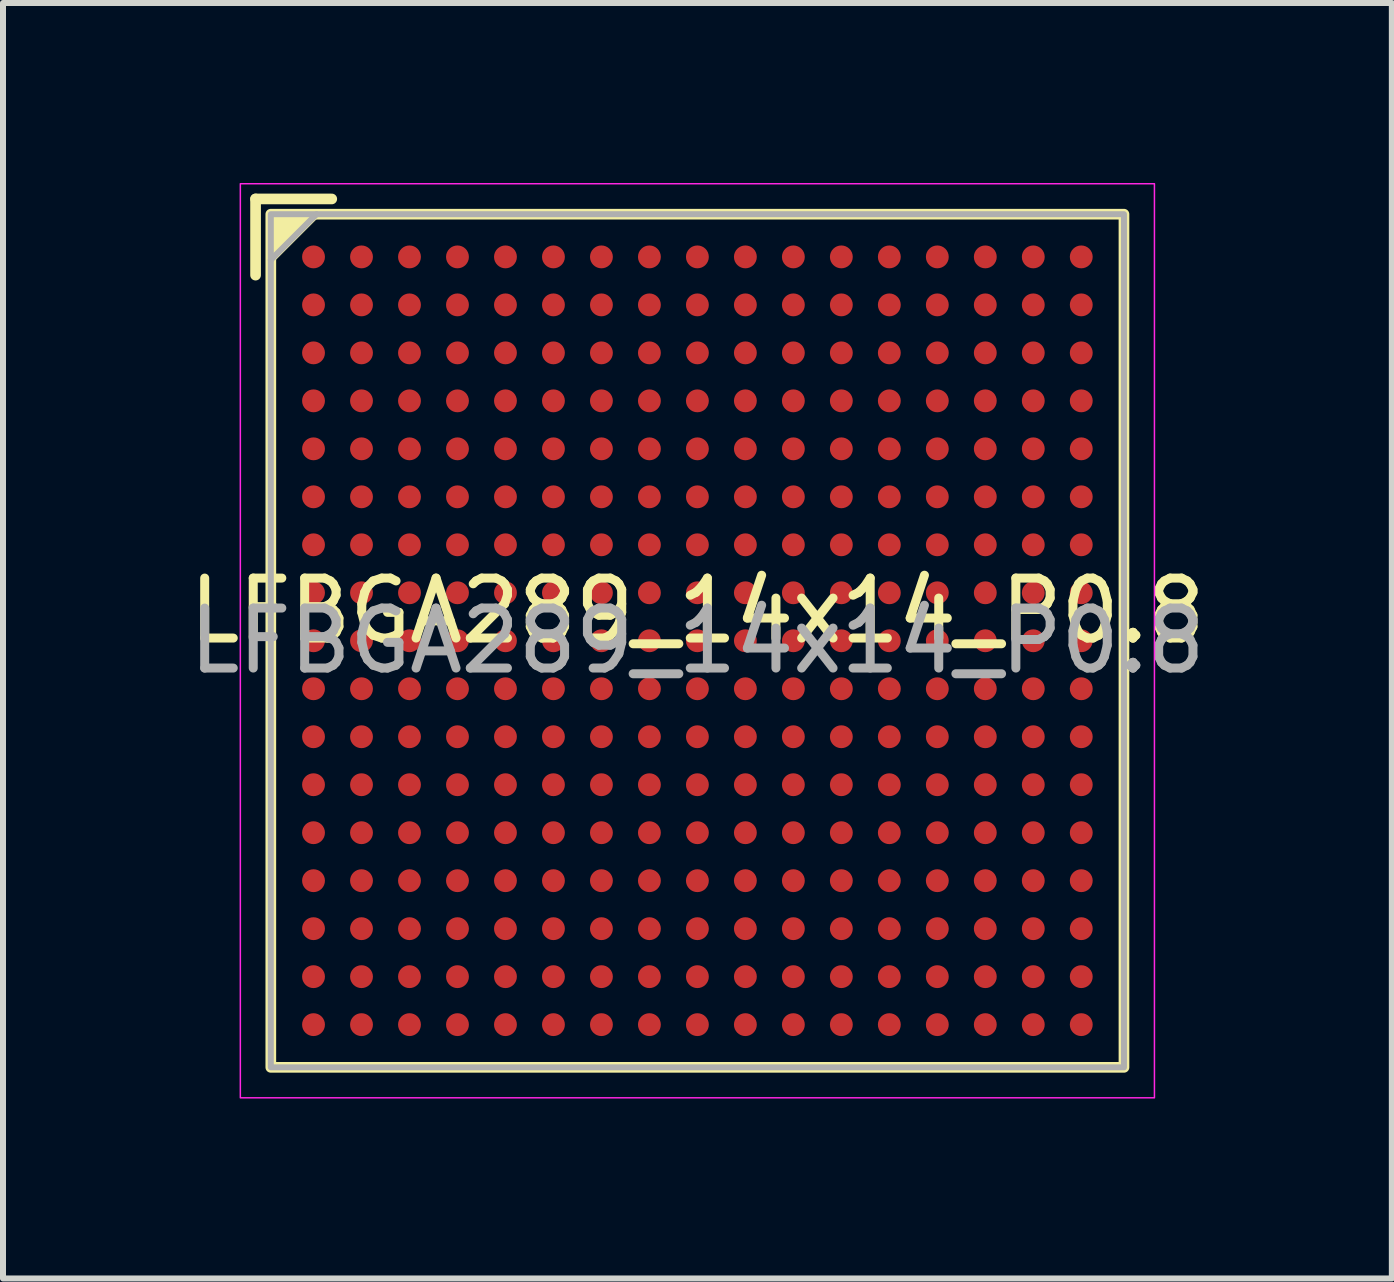
<source format=kicad_pcb>
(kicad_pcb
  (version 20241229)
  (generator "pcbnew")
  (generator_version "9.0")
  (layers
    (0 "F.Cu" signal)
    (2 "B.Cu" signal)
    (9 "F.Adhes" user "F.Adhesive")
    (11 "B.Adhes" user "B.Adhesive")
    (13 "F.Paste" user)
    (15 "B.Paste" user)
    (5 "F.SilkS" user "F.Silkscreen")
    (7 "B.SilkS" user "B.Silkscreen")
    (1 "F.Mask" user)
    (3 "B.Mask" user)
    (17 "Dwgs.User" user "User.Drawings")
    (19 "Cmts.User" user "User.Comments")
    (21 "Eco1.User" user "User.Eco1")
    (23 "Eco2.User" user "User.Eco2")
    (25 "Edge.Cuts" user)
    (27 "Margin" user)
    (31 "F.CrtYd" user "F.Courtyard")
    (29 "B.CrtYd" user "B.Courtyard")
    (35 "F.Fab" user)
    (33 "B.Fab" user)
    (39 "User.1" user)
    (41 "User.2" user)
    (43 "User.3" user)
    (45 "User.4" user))
  (footprint "LFBGA289_14x14_P0.8"
    (layer "F.Cu")
    (at 8.577 7.633)
    (property "Reference" "LFBGA289_14x14_P0.8" (at 0 -0.5 0) (unlocked yes) (layer "F.SilkS") (effects (font (size 1 1) (thickness 0.15))))
    (fp_line (start -7.366 -6.096) (end -7.366 -7.366) (stroke (width 0.178) (type solid)) (layer "F.SilkS"))
    (fp_line (start -6.096 -7.366) (end -7.366 -7.366) (stroke (width 0.178) (type solid)) (layer "F.SilkS"))
    (fp_rect (start -7.112 -7.112) (end 7.112 7.112) (stroke (width 0.178) (type solid)) (fill no) (layer "F.SilkS"))
    (fp_poly (pts (xy -7.112 -6.35) (xy -7.112 -7.112) (xy -6.35 -7.112)) (stroke (width 0.12) (type solid)) (fill yes) (layer "F.SilkS"))
    (fp_rect (start -7.62 -7.62) (end 7.62 7.62) (stroke (width 0.025) (type solid)) (fill no) (layer "F.CrtYd"))
    (fp_line (start -7.112 -6.35) (end -6.35 -7.112) (stroke (width 0.1) (type solid)) (layer "F.Fab"))
    (fp_rect (start -7.112 -7.112) (end 7.112 7.112) (stroke (width 0.1) (type solid)) (fill no) (layer "F.Fab"))
    (fp_text user "${REFERENCE}" (at 0 0 0) (unlocked yes) (layer "F.Fab") (effects (font (size 1 1) (thickness 0.15))))
    (pad "A1" smd circle (at -6.4 -6.4) (size 0.381 0.381) (layers "F.Cu" "F.Mask" "F.Paste"))
    (pad "A2" smd circle (at -5.6 -6.4) (size 0.381 0.381) (layers "F.Cu" "F.Mask" "F.Paste"))
    (pad "A3" smd circle (at -4.8 -6.4) (size 0.381 0.381) (layers "F.Cu" "F.Mask" "F.Paste"))
    (pad "A4" smd circle (at -4 -6.4) (size 0.381 0.381) (layers "F.Cu" "F.Mask" "F.Paste"))
    (pad "A5" smd circle (at -3.2 -6.4) (size 0.381 0.381) (layers "F.Cu" "F.Mask" "F.Paste"))
    (pad "A6" smd circle (at -2.4 -6.4) (size 0.381 0.381) (layers "F.Cu" "F.Mask" "F.Paste"))
    (pad "A7" smd circle (at -1.6 -6.4) (size 0.381 0.381) (layers "F.Cu" "F.Mask" "F.Paste"))
    (pad "A8" smd circle (at -0.8 -6.4) (size 0.381 0.381) (layers "F.Cu" "F.Mask" "F.Paste"))
    (pad "A9" smd circle (at 0 -6.4) (size 0.381 0.381) (layers "F.Cu" "F.Mask" "F.Paste"))
    (pad "A10" smd circle (at 0.8 -6.4) (size 0.381 0.381) (layers "F.Cu" "F.Mask" "F.Paste"))
    (pad "A11" smd circle (at 1.6 -6.4) (size 0.381 0.381) (layers "F.Cu" "F.Mask" "F.Paste"))
    (pad "A12" smd circle (at 2.4 -6.4) (size 0.381 0.381) (layers "F.Cu" "F.Mask" "F.Paste"))
    (pad "A13" smd circle (at 3.2 -6.4) (size 0.381 0.381) (layers "F.Cu" "F.Mask" "F.Paste"))
    (pad "A14" smd circle (at 4 -6.4) (size 0.381 0.381) (layers "F.Cu" "F.Mask" "F.Paste"))
    (pad "A15" smd circle (at 4.8 -6.4) (size 0.381 0.381) (layers "F.Cu" "F.Mask" "F.Paste"))
    (pad "A16" smd circle (at 5.6 -6.4) (size 0.381 0.381) (layers "F.Cu" "F.Mask" "F.Paste"))
    (pad "A17" smd circle (at 6.4 -6.4) (size 0.381 0.381) (layers "F.Cu" "F.Mask" "F.Paste"))
    (pad "B1" smd circle (at -6.4 -5.6) (size 0.381 0.381) (layers "F.Cu" "F.Mask" "F.Paste"))
    (pad "B2" smd circle (at -5.6 -5.6) (size 0.381 0.381) (layers "F.Cu" "F.Mask" "F.Paste"))
    (pad "B3" smd circle (at -4.8 -5.6) (size 0.381 0.381) (layers "F.Cu" "F.Mask" "F.Paste"))
    (pad "B4" smd circle (at -4 -5.6) (size 0.381 0.381) (layers "F.Cu" "F.Mask" "F.Paste"))
    (pad "B5" smd circle (at -3.2 -5.6) (size 0.381 0.381) (layers "F.Cu" "F.Mask" "F.Paste"))
    (pad "B6" smd circle (at -2.4 -5.6) (size 0.381 0.381) (layers "F.Cu" "F.Mask" "F.Paste"))
    (pad "B7" smd circle (at -1.6 -5.6) (size 0.381 0.381) (layers "F.Cu" "F.Mask" "F.Paste"))
    (pad "B8" smd circle (at -0.8 -5.6) (size 0.381 0.381) (layers "F.Cu" "F.Mask" "F.Paste"))
    (pad "B9" smd circle (at 0 -5.6) (size 0.381 0.381) (layers "F.Cu" "F.Mask" "F.Paste"))
    (pad "B10" smd circle (at 0.8 -5.6) (size 0.381 0.381) (layers "F.Cu" "F.Mask" "F.Paste"))
    (pad "B11" smd circle (at 1.6 -5.6) (size 0.381 0.381) (layers "F.Cu" "F.Mask" "F.Paste"))
    (pad "B12" smd circle (at 2.4 -5.6) (size 0.381 0.381) (layers "F.Cu" "F.Mask" "F.Paste"))
    (pad "B13" smd circle (at 3.2 -5.6) (size 0.381 0.381) (layers "F.Cu" "F.Mask" "F.Paste"))
    (pad "B14" smd circle (at 4 -5.6) (size 0.381 0.381) (layers "F.Cu" "F.Mask" "F.Paste"))
    (pad "B15" smd circle (at 4.8 -5.6) (size 0.381 0.381) (layers "F.Cu" "F.Mask" "F.Paste"))
    (pad "B16" smd circle (at 5.6 -5.6) (size 0.381 0.381) (layers "F.Cu" "F.Mask" "F.Paste"))
    (pad "B17" smd circle (at 6.4 -5.6) (size 0.381 0.381) (layers "F.Cu" "F.Mask" "F.Paste"))
    (pad "C1" smd circle (at -6.4 -4.8) (size 0.381 0.381) (layers "F.Cu" "F.Mask" "F.Paste"))
    (pad "C2" smd circle (at -5.6 -4.8) (size 0.381 0.381) (layers "F.Cu" "F.Mask" "F.Paste"))
    (pad "C3" smd circle (at -4.8 -4.8) (size 0.381 0.381) (layers "F.Cu" "F.Mask" "F.Paste"))
    (pad "C4" smd circle (at -4 -4.8) (size 0.381 0.381) (layers "F.Cu" "F.Mask" "F.Paste"))
    (pad "C5" smd circle (at -3.2 -4.8) (size 0.381 0.381) (layers "F.Cu" "F.Mask" "F.Paste"))
    (pad "C6" smd circle (at -2.4 -4.8) (size 0.381 0.381) (layers "F.Cu" "F.Mask" "F.Paste"))
    (pad "C7" smd circle (at -1.6 -4.8) (size 0.381 0.381) (layers "F.Cu" "F.Mask" "F.Paste"))
    (pad "C8" smd circle (at -0.8 -4.8) (size 0.381 0.381) (layers "F.Cu" "F.Mask" "F.Paste"))
    (pad "C9" smd circle (at 0 -4.8) (size 0.381 0.381) (layers "F.Cu" "F.Mask" "F.Paste"))
    (pad "C10" smd circle (at 0.8 -4.8) (size 0.381 0.381) (layers "F.Cu" "F.Mask" "F.Paste"))
    (pad "C11" smd circle (at 1.6 -4.8) (size 0.381 0.381) (layers "F.Cu" "F.Mask" "F.Paste"))
    (pad "C12" smd circle (at 2.4 -4.8) (size 0.381 0.381) (layers "F.Cu" "F.Mask" "F.Paste"))
    (pad "C13" smd circle (at 3.2 -4.8) (size 0.381 0.381) (layers "F.Cu" "F.Mask" "F.Paste"))
    (pad "C14" smd circle (at 4 -4.8) (size 0.381 0.381) (layers "F.Cu" "F.Mask" "F.Paste"))
    (pad "C15" smd circle (at 4.8 -4.8) (size 0.381 0.381) (layers "F.Cu" "F.Mask" "F.Paste"))
    (pad "C16" smd circle (at 5.6 -4.8) (size 0.381 0.381) (layers "F.Cu" "F.Mask" "F.Paste"))
    (pad "C17" smd circle (at 6.4 -4.8) (size 0.381 0.381) (layers "F.Cu" "F.Mask" "F.Paste"))
    (pad "D1" smd circle (at -6.4 -4) (size 0.381 0.381) (layers "F.Cu" "F.Mask" "F.Paste"))
    (pad "D2" smd circle (at -5.6 -4) (size 0.381 0.381) (layers "F.Cu" "F.Mask" "F.Paste"))
    (pad "D3" smd circle (at -4.8 -4) (size 0.381 0.381) (layers "F.Cu" "F.Mask" "F.Paste"))
    (pad "D4" smd circle (at -4 -4) (size 0.381 0.381) (layers "F.Cu" "F.Mask" "F.Paste"))
    (pad "D5" smd circle (at -3.2 -4) (size 0.381 0.381) (layers "F.Cu" "F.Mask" "F.Paste"))
    (pad "D6" smd circle (at -2.4 -4) (size 0.381 0.381) (layers "F.Cu" "F.Mask" "F.Paste"))
    (pad "D7" smd circle (at -1.6 -4) (size 0.381 0.381) (layers "F.Cu" "F.Mask" "F.Paste"))
    (pad "D8" smd circle (at -0.8 -4) (size 0.381 0.381) (layers "F.Cu" "F.Mask" "F.Paste"))
    (pad "D9" smd circle (at 0 -4) (size 0.381 0.381) (layers "F.Cu" "F.Mask" "F.Paste"))
    (pad "D10" smd circle (at 0.8 -4) (size 0.381 0.381) (layers "F.Cu" "F.Mask" "F.Paste"))
    (pad "D11" smd circle (at 1.6 -4) (size 0.381 0.381) (layers "F.Cu" "F.Mask" "F.Paste"))
    (pad "D12" smd circle (at 2.4 -4) (size 0.381 0.381) (layers "F.Cu" "F.Mask" "F.Paste"))
    (pad "D13" smd circle (at 3.2 -4) (size 0.381 0.381) (layers "F.Cu" "F.Mask" "F.Paste"))
    (pad "D14" smd circle (at 4 -4) (size 0.381 0.381) (layers "F.Cu" "F.Mask" "F.Paste"))
    (pad "D15" smd circle (at 4.8 -4) (size 0.381 0.381) (layers "F.Cu" "F.Mask" "F.Paste"))
    (pad "D16" smd circle (at 5.6 -4) (size 0.381 0.381) (layers "F.Cu" "F.Mask" "F.Paste"))
    (pad "D17" smd circle (at 6.4 -4) (size 0.381 0.381) (layers "F.Cu" "F.Mask" "F.Paste"))
    (pad "E1" smd circle (at -6.4 -3.2) (size 0.381 0.381) (layers "F.Cu" "F.Mask" "F.Paste"))
    (pad "E2" smd circle (at -5.6 -3.2) (size 0.381 0.381) (layers "F.Cu" "F.Mask" "F.Paste"))
    (pad "E3" smd circle (at -4.8 -3.2) (size 0.381 0.381) (layers "F.Cu" "F.Mask" "F.Paste"))
    (pad "E4" smd circle (at -4 -3.2) (size 0.381 0.381) (layers "F.Cu" "F.Mask" "F.Paste"))
    (pad "E5" smd circle (at -3.2 -3.2) (size 0.381 0.381) (layers "F.Cu" "F.Mask" "F.Paste"))
    (pad "E6" smd circle (at -2.4 -3.2) (size 0.381 0.381) (layers "F.Cu" "F.Mask" "F.Paste"))
    (pad "E7" smd circle (at -1.6 -3.2) (size 0.381 0.381) (layers "F.Cu" "F.Mask" "F.Paste"))
    (pad "E8" smd circle (at -0.8 -3.2) (size 0.381 0.381) (layers "F.Cu" "F.Mask" "F.Paste"))
    (pad "E9" smd circle (at 0 -3.2) (size 0.381 0.381) (layers "F.Cu" "F.Mask" "F.Paste"))
    (pad "E10" smd circle (at 0.8 -3.2) (size 0.381 0.381) (layers "F.Cu" "F.Mask" "F.Paste"))
    (pad "E11" smd circle (at 1.6 -3.2) (size 0.381 0.381) (layers "F.Cu" "F.Mask" "F.Paste"))
    (pad "E12" smd circle (at 2.4 -3.2) (size 0.381 0.381) (layers "F.Cu" "F.Mask" "F.Paste"))
    (pad "E13" smd circle (at 3.2 -3.2) (size 0.381 0.381) (layers "F.Cu" "F.Mask" "F.Paste"))
    (pad "E14" smd circle (at 4 -3.2) (size 0.381 0.381) (layers "F.Cu" "F.Mask" "F.Paste"))
    (pad "E15" smd circle (at 4.8 -3.2) (size 0.381 0.381) (layers "F.Cu" "F.Mask" "F.Paste"))
    (pad "E16" smd circle (at 5.6 -3.2) (size 0.381 0.381) (layers "F.Cu" "F.Mask" "F.Paste"))
    (pad "E17" smd circle (at 6.4 -3.2) (size 0.381 0.381) (layers "F.Cu" "F.Mask" "F.Paste"))
    (pad "F1" smd circle (at -6.4 -2.4) (size 0.381 0.381) (layers "F.Cu" "F.Mask" "F.Paste"))
    (pad "F2" smd circle (at -5.6 -2.4) (size 0.381 0.381) (layers "F.Cu" "F.Mask" "F.Paste"))
    (pad "F3" smd circle (at -4.8 -2.4) (size 0.381 0.381) (layers "F.Cu" "F.Mask" "F.Paste"))
    (pad "F4" smd circle (at -4 -2.4) (size 0.381 0.381) (layers "F.Cu" "F.Mask" "F.Paste"))
    (pad "F5" smd circle (at -3.2 -2.4) (size 0.381 0.381) (layers "F.Cu" "F.Mask" "F.Paste"))
    (pad "F6" smd circle (at -2.4 -2.4) (size 0.381 0.381) (layers "F.Cu" "F.Mask" "F.Paste"))
    (pad "F7" smd circle (at -1.6 -2.4) (size 0.381 0.381) (layers "F.Cu" "F.Mask" "F.Paste"))
    (pad "F8" smd circle (at -0.8 -2.4) (size 0.381 0.381) (layers "F.Cu" "F.Mask" "F.Paste"))
    (pad "F9" smd circle (at 0 -2.4) (size 0.381 0.381) (layers "F.Cu" "F.Mask" "F.Paste"))
    (pad "F10" smd circle (at 0.8 -2.4) (size 0.381 0.381) (layers "F.Cu" "F.Mask" "F.Paste"))
    (pad "F11" smd circle (at 1.6 -2.4) (size 0.381 0.381) (layers "F.Cu" "F.Mask" "F.Paste"))
    (pad "F12" smd circle (at 2.4 -2.4) (size 0.381 0.381) (layers "F.Cu" "F.Mask" "F.Paste"))
    (pad "F13" smd circle (at 3.2 -2.4) (size 0.381 0.381) (layers "F.Cu" "F.Mask" "F.Paste"))
    (pad "F14" smd circle (at 4 -2.4) (size 0.381 0.381) (layers "F.Cu" "F.Mask" "F.Paste"))
    (pad "F15" smd circle (at 4.8 -2.4) (size 0.381 0.381) (layers "F.Cu" "F.Mask" "F.Paste"))
    (pad "F16" smd circle (at 5.6 -2.4) (size 0.381 0.381) (layers "F.Cu" "F.Mask" "F.Paste"))
    (pad "F17" smd circle (at 6.4 -2.4) (size 0.381 0.381) (layers "F.Cu" "F.Mask" "F.Paste"))
    (pad "G1" smd circle (at -6.4 -1.6) (size 0.381 0.381) (layers "F.Cu" "F.Mask" "F.Paste"))
    (pad "G2" smd circle (at -5.6 -1.6) (size 0.381 0.381) (layers "F.Cu" "F.Mask" "F.Paste"))
    (pad "G3" smd circle (at -4.8 -1.6) (size 0.381 0.381) (layers "F.Cu" "F.Mask" "F.Paste"))
    (pad "G4" smd circle (at -4 -1.6) (size 0.381 0.381) (layers "F.Cu" "F.Mask" "F.Paste"))
    (pad "G5" smd circle (at -3.2 -1.6) (size 0.381 0.381) (layers "F.Cu" "F.Mask" "F.Paste"))
    (pad "G6" smd circle (at -2.4 -1.6) (size 0.381 0.381) (layers "F.Cu" "F.Mask" "F.Paste"))
    (pad "G7" smd circle (at -1.6 -1.6) (size 0.381 0.381) (layers "F.Cu" "F.Mask" "F.Paste"))
    (pad "G8" smd circle (at -0.8 -1.6) (size 0.381 0.381) (layers "F.Cu" "F.Mask" "F.Paste"))
    (pad "G9" smd circle (at 0 -1.6) (size 0.381 0.381) (layers "F.Cu" "F.Mask" "F.Paste"))
    (pad "G10" smd circle (at 0.8 -1.6) (size 0.381 0.381) (layers "F.Cu" "F.Mask" "F.Paste"))
    (pad "G11" smd circle (at 1.6 -1.6) (size 0.381 0.381) (layers "F.Cu" "F.Mask" "F.Paste"))
    (pad "G12" smd circle (at 2.4 -1.6) (size 0.381 0.381) (layers "F.Cu" "F.Mask" "F.Paste"))
    (pad "G13" smd circle (at 3.2 -1.6) (size 0.381 0.381) (layers "F.Cu" "F.Mask" "F.Paste"))
    (pad "G14" smd circle (at 4 -1.6) (size 0.381 0.381) (layers "F.Cu" "F.Mask" "F.Paste"))
    (pad "G15" smd circle (at 4.8 -1.6) (size 0.381 0.381) (layers "F.Cu" "F.Mask" "F.Paste"))
    (pad "G16" smd circle (at 5.6 -1.6) (size 0.381 0.381) (layers "F.Cu" "F.Mask" "F.Paste"))
    (pad "G17" smd circle (at 6.4 -1.6) (size 0.381 0.381) (layers "F.Cu" "F.Mask" "F.Paste"))
    (pad "H1" smd circle (at -6.4 -0.8) (size 0.381 0.381) (layers "F.Cu" "F.Mask" "F.Paste"))
    (pad "H2" smd circle (at -5.6 -0.8) (size 0.381 0.381) (layers "F.Cu" "F.Mask" "F.Paste"))
    (pad "H3" smd circle (at -4.8 -0.8) (size 0.381 0.381) (layers "F.Cu" "F.Mask" "F.Paste"))
    (pad "H4" smd circle (at -4 -0.8) (size 0.381 0.381) (layers "F.Cu" "F.Mask" "F.Paste"))
    (pad "H5" smd circle (at -3.2 -0.8) (size 0.381 0.381) (layers "F.Cu" "F.Mask" "F.Paste"))
    (pad "H6" smd circle (at -2.4 -0.8) (size 0.381 0.381) (layers "F.Cu" "F.Mask" "F.Paste"))
    (pad "H7" smd circle (at -1.6 -0.8) (size 0.381 0.381) (layers "F.Cu" "F.Mask" "F.Paste"))
    (pad "H8" smd circle (at -0.8 -0.8) (size 0.381 0.381) (layers "F.Cu" "F.Mask" "F.Paste"))
    (pad "H9" smd circle (at 0 -0.8) (size 0.381 0.381) (layers "F.Cu" "F.Mask" "F.Paste"))
    (pad "H10" smd circle (at 0.8 -0.8) (size 0.381 0.381) (layers "F.Cu" "F.Mask" "F.Paste"))
    (pad "H11" smd circle (at 1.6 -0.8) (size 0.381 0.381) (layers "F.Cu" "F.Mask" "F.Paste"))
    (pad "H12" smd circle (at 2.4 -0.8) (size 0.381 0.381) (layers "F.Cu" "F.Mask" "F.Paste"))
    (pad "H13" smd circle (at 3.2 -0.8) (size 0.381 0.381) (layers "F.Cu" "F.Mask" "F.Paste"))
    (pad "H14" smd circle (at 4 -0.8) (size 0.381 0.381) (layers "F.Cu" "F.Mask" "F.Paste"))
    (pad "H15" smd circle (at 4.8 -0.8) (size 0.381 0.381) (layers "F.Cu" "F.Mask" "F.Paste"))
    (pad "H16" smd circle (at 5.6 -0.8) (size 0.381 0.381) (layers "F.Cu" "F.Mask" "F.Paste"))
    (pad "H17" smd circle (at 6.4 -0.8) (size 0.381 0.381) (layers "F.Cu" "F.Mask" "F.Paste"))
    (pad "J1" smd circle (at -6.4 0) (size 0.381 0.381) (layers "F.Cu" "F.Mask" "F.Paste"))
    (pad "J2" smd circle (at -5.6 0) (size 0.381 0.381) (layers "F.Cu" "F.Mask" "F.Paste"))
    (pad "J3" smd circle (at -4.8 0) (size 0.381 0.381) (layers "F.Cu" "F.Mask" "F.Paste"))
    (pad "J4" smd circle (at -4 0) (size 0.381 0.381) (layers "F.Cu" "F.Mask" "F.Paste"))
    (pad "J5" smd circle (at -3.2 0) (size 0.381 0.381) (layers "F.Cu" "F.Mask" "F.Paste"))
    (pad "J6" smd circle (at -2.4 0) (size 0.381 0.381) (layers "F.Cu" "F.Mask" "F.Paste"))
    (pad "J7" smd circle (at -1.6 0) (size 0.381 0.381) (layers "F.Cu" "F.Mask" "F.Paste"))
    (pad "J8" smd circle (at -0.8 0) (size 0.381 0.381) (layers "F.Cu" "F.Mask" "F.Paste"))
    (pad "J9" smd circle (at 0 0) (size 0.381 0.381) (layers "F.Cu" "F.Mask" "F.Paste"))
    (pad "J10" smd circle (at 0.8 0) (size 0.381 0.381) (layers "F.Cu" "F.Mask" "F.Paste"))
    (pad "J11" smd circle (at 1.6 0) (size 0.381 0.381) (layers "F.Cu" "F.Mask" "F.Paste"))
    (pad "J12" smd circle (at 2.4 0) (size 0.381 0.381) (layers "F.Cu" "F.Mask" "F.Paste"))
    (pad "J13" smd circle (at 3.2 0) (size 0.381 0.381) (layers "F.Cu" "F.Mask" "F.Paste"))
    (pad "J14" smd circle (at 4 0) (size 0.381 0.381) (layers "F.Cu" "F.Mask" "F.Paste"))
    (pad "J15" smd circle (at 4.8 0) (size 0.381 0.381) (layers "F.Cu" "F.Mask" "F.Paste"))
    (pad "J16" smd circle (at 5.6 0) (size 0.381 0.381) (layers "F.Cu" "F.Mask" "F.Paste"))
    (pad "J17" smd circle (at 6.4 0) (size 0.381 0.381) (layers "F.Cu" "F.Mask" "F.Paste"))
    (pad "K1" smd circle (at -6.4 0.8) (size 0.381 0.381) (layers "F.Cu" "F.Mask" "F.Paste"))
    (pad "K2" smd circle (at -5.6 0.8) (size 0.381 0.381) (layers "F.Cu" "F.Mask" "F.Paste"))
    (pad "K3" smd circle (at -4.8 0.8) (size 0.381 0.381) (layers "F.Cu" "F.Mask" "F.Paste"))
    (pad "K4" smd circle (at -4 0.8) (size 0.381 0.381) (layers "F.Cu" "F.Mask" "F.Paste"))
    (pad "K5" smd circle (at -3.2 0.8) (size 0.381 0.381) (layers "F.Cu" "F.Mask" "F.Paste"))
    (pad "K6" smd circle (at -2.4 0.8) (size 0.381 0.381) (layers "F.Cu" "F.Mask" "F.Paste"))
    (pad "K7" smd circle (at -1.6 0.8) (size 0.381 0.381) (layers "F.Cu" "F.Mask" "F.Paste"))
    (pad "K8" smd circle (at -0.8 0.8) (size 0.381 0.381) (layers "F.Cu" "F.Mask" "F.Paste"))
    (pad "K9" smd circle (at 0 0.8) (size 0.381 0.381) (layers "F.Cu" "F.Mask" "F.Paste"))
    (pad "K10" smd circle (at 0.8 0.8) (size 0.381 0.381) (layers "F.Cu" "F.Mask" "F.Paste"))
    (pad "K11" smd circle (at 1.6 0.8) (size 0.381 0.381) (layers "F.Cu" "F.Mask" "F.Paste"))
    (pad "K12" smd circle (at 2.4 0.8) (size 0.381 0.381) (layers "F.Cu" "F.Mask" "F.Paste"))
    (pad "K13" smd circle (at 3.2 0.8) (size 0.381 0.381) (layers "F.Cu" "F.Mask" "F.Paste"))
    (pad "K14" smd circle (at 4 0.8) (size 0.381 0.381) (layers "F.Cu" "F.Mask" "F.Paste"))
    (pad "K15" smd circle (at 4.8 0.8) (size 0.381 0.381) (layers "F.Cu" "F.Mask" "F.Paste"))
    (pad "K16" smd circle (at 5.6 0.8) (size 0.381 0.381) (layers "F.Cu" "F.Mask" "F.Paste"))
    (pad "K17" smd circle (at 6.4 0.8) (size 0.381 0.381) (layers "F.Cu" "F.Mask" "F.Paste"))
    (pad "L1" smd circle (at -6.4 1.6) (size 0.381 0.381) (layers "F.Cu" "F.Mask" "F.Paste"))
    (pad "L2" smd circle (at -5.6 1.6) (size 0.381 0.381) (layers "F.Cu" "F.Mask" "F.Paste"))
    (pad "L3" smd circle (at -4.8 1.6) (size 0.381 0.381) (layers "F.Cu" "F.Mask" "F.Paste"))
    (pad "L4" smd circle (at -4 1.6) (size 0.381 0.381) (layers "F.Cu" "F.Mask" "F.Paste"))
    (pad "L5" smd circle (at -3.2 1.6) (size 0.381 0.381) (layers "F.Cu" "F.Mask" "F.Paste"))
    (pad "L6" smd circle (at -2.4 1.6) (size 0.381 0.381) (layers "F.Cu" "F.Mask" "F.Paste"))
    (pad "L7" smd circle (at -1.6 1.6) (size 0.381 0.381) (layers "F.Cu" "F.Mask" "F.Paste"))
    (pad "L8" smd circle (at -0.8 1.6) (size 0.381 0.381) (layers "F.Cu" "F.Mask" "F.Paste"))
    (pad "L9" smd circle (at 0 1.6) (size 0.381 0.381) (layers "F.Cu" "F.Mask" "F.Paste"))
    (pad "L10" smd circle (at 0.8 1.6) (size 0.381 0.381) (layers "F.Cu" "F.Mask" "F.Paste"))
    (pad "L11" smd circle (at 1.6 1.6) (size 0.381 0.381) (layers "F.Cu" "F.Mask" "F.Paste"))
    (pad "L12" smd circle (at 2.4 1.6) (size 0.381 0.381) (layers "F.Cu" "F.Mask" "F.Paste"))
    (pad "L13" smd circle (at 3.2 1.6) (size 0.381 0.381) (layers "F.Cu" "F.Mask" "F.Paste"))
    (pad "L14" smd circle (at 4 1.6) (size 0.381 0.381) (layers "F.Cu" "F.Mask" "F.Paste"))
    (pad "L15" smd circle (at 4.8 1.6) (size 0.381 0.381) (layers "F.Cu" "F.Mask" "F.Paste"))
    (pad "L16" smd circle (at 5.6 1.6) (size 0.381 0.381) (layers "F.Cu" "F.Mask" "F.Paste"))
    (pad "L17" smd circle (at 6.4 1.6) (size 0.381 0.381) (layers "F.Cu" "F.Mask" "F.Paste"))
    (pad "M1" smd circle (at -6.4 2.4) (size 0.381 0.381) (layers "F.Cu" "F.Mask" "F.Paste"))
    (pad "M2" smd circle (at -5.6 2.4) (size 0.381 0.381) (layers "F.Cu" "F.Mask" "F.Paste"))
    (pad "M3" smd circle (at -4.8 2.4) (size 0.381 0.381) (layers "F.Cu" "F.Mask" "F.Paste"))
    (pad "M4" smd circle (at -4 2.4) (size 0.381 0.381) (layers "F.Cu" "F.Mask" "F.Paste"))
    (pad "M5" smd circle (at -3.2 2.4) (size 0.381 0.381) (layers "F.Cu" "F.Mask" "F.Paste"))
    (pad "M6" smd circle (at -2.4 2.4) (size 0.381 0.381) (layers "F.Cu" "F.Mask" "F.Paste"))
    (pad "M7" smd circle (at -1.6 2.4) (size 0.381 0.381) (layers "F.Cu" "F.Mask" "F.Paste"))
    (pad "M8" smd circle (at -0.8 2.4) (size 0.381 0.381) (layers "F.Cu" "F.Mask" "F.Paste"))
    (pad "M9" smd circle (at 0 2.4) (size 0.381 0.381) (layers "F.Cu" "F.Mask" "F.Paste"))
    (pad "M10" smd circle (at 0.8 2.4) (size 0.381 0.381) (layers "F.Cu" "F.Mask" "F.Paste"))
    (pad "M11" smd circle (at 1.6 2.4) (size 0.381 0.381) (layers "F.Cu" "F.Mask" "F.Paste"))
    (pad "M12" smd circle (at 2.4 2.4) (size 0.381 0.381) (layers "F.Cu" "F.Mask" "F.Paste"))
    (pad "M13" smd circle (at 3.2 2.4) (size 0.381 0.381) (layers "F.Cu" "F.Mask" "F.Paste"))
    (pad "M14" smd circle (at 4 2.4) (size 0.381 0.381) (layers "F.Cu" "F.Mask" "F.Paste"))
    (pad "M15" smd circle (at 4.8 2.4) (size 0.381 0.381) (layers "F.Cu" "F.Mask" "F.Paste"))
    (pad "M16" smd circle (at 5.6 2.4) (size 0.381 0.381) (layers "F.Cu" "F.Mask" "F.Paste"))
    (pad "M17" smd circle (at 6.4 2.4) (size 0.381 0.381) (layers "F.Cu" "F.Mask" "F.Paste"))
    (pad "N1" smd circle (at -6.4 3.2) (size 0.381 0.381) (layers "F.Cu" "F.Mask" "F.Paste"))
    (pad "N2" smd circle (at -5.6 3.2) (size 0.381 0.381) (layers "F.Cu" "F.Mask" "F.Paste"))
    (pad "N3" smd circle (at -4.8 3.2) (size 0.381 0.381) (layers "F.Cu" "F.Mask" "F.Paste"))
    (pad "N4" smd circle (at -4 3.2) (size 0.381 0.381) (layers "F.Cu" "F.Mask" "F.Paste"))
    (pad "N5" smd circle (at -3.2 3.2) (size 0.381 0.381) (layers "F.Cu" "F.Mask" "F.Paste"))
    (pad "N6" smd circle (at -2.4 3.2) (size 0.381 0.381) (layers "F.Cu" "F.Mask" "F.Paste"))
    (pad "N7" smd circle (at -1.6 3.2) (size 0.381 0.381) (layers "F.Cu" "F.Mask" "F.Paste"))
    (pad "N8" smd circle (at -0.8 3.2) (size 0.381 0.381) (layers "F.Cu" "F.Mask" "F.Paste"))
    (pad "N9" smd circle (at 0 3.2) (size 0.381 0.381) (layers "F.Cu" "F.Mask" "F.Paste"))
    (pad "N10" smd circle (at 0.8 3.2) (size 0.381 0.381) (layers "F.Cu" "F.Mask" "F.Paste"))
    (pad "N11" smd circle (at 1.6 3.2) (size 0.381 0.381) (layers "F.Cu" "F.Mask" "F.Paste"))
    (pad "N12" smd circle (at 2.4 3.2) (size 0.381 0.381) (layers "F.Cu" "F.Mask" "F.Paste"))
    (pad "N13" smd circle (at 3.2 3.2) (size 0.381 0.381) (layers "F.Cu" "F.Mask" "F.Paste"))
    (pad "N14" smd circle (at 4 3.2) (size 0.381 0.381) (layers "F.Cu" "F.Mask" "F.Paste"))
    (pad "N15" smd circle (at 4.8 3.2) (size 0.381 0.381) (layers "F.Cu" "F.Mask" "F.Paste"))
    (pad "N16" smd circle (at 5.6 3.2) (size 0.381 0.381) (layers "F.Cu" "F.Mask" "F.Paste"))
    (pad "N17" smd circle (at 6.4 3.2) (size 0.381 0.381) (layers "F.Cu" "F.Mask" "F.Paste"))
    (pad "P1" smd circle (at -6.4 4) (size 0.381 0.381) (layers "F.Cu" "F.Mask" "F.Paste"))
    (pad "P2" smd circle (at -5.6 4) (size 0.381 0.381) (layers "F.Cu" "F.Mask" "F.Paste"))
    (pad "P3" smd circle (at -4.8 4) (size 0.381 0.381) (layers "F.Cu" "F.Mask" "F.Paste"))
    (pad "P4" smd circle (at -4 4) (size 0.381 0.381) (layers "F.Cu" "F.Mask" "F.Paste"))
    (pad "P5" smd circle (at -3.2 4) (size 0.381 0.381) (layers "F.Cu" "F.Mask" "F.Paste"))
    (pad "P6" smd circle (at -2.4 4) (size 0.381 0.381) (layers "F.Cu" "F.Mask" "F.Paste"))
    (pad "P7" smd circle (at -1.6 4) (size 0.381 0.381) (layers "F.Cu" "F.Mask" "F.Paste"))
    (pad "P8" smd circle (at -0.8 4) (size 0.381 0.381) (layers "F.Cu" "F.Mask" "F.Paste"))
    (pad "P9" smd circle (at 0 4) (size 0.381 0.381) (layers "F.Cu" "F.Mask" "F.Paste"))
    (pad "P10" smd circle (at 0.8 4) (size 0.381 0.381) (layers "F.Cu" "F.Mask" "F.Paste"))
    (pad "P11" smd circle (at 1.6 4) (size 0.381 0.381) (layers "F.Cu" "F.Mask" "F.Paste"))
    (pad "P12" smd circle (at 2.4 4) (size 0.381 0.381) (layers "F.Cu" "F.Mask" "F.Paste"))
    (pad "P13" smd circle (at 3.2 4) (size 0.381 0.381) (layers "F.Cu" "F.Mask" "F.Paste"))
    (pad "P14" smd circle (at 4 4) (size 0.381 0.381) (layers "F.Cu" "F.Mask" "F.Paste"))
    (pad "P15" smd circle (at 4.8 4) (size 0.381 0.381) (layers "F.Cu" "F.Mask" "F.Paste"))
    (pad "P16" smd circle (at 5.6 4) (size 0.381 0.381) (layers "F.Cu" "F.Mask" "F.Paste"))
    (pad "P17" smd circle (at 6.4 4) (size 0.381 0.381) (layers "F.Cu" "F.Mask" "F.Paste"))
    (pad "R1" smd circle (at -6.4 4.8) (size 0.381 0.381) (layers "F.Cu" "F.Mask" "F.Paste"))
    (pad "R2" smd circle (at -5.6 4.8) (size 0.381 0.381) (layers "F.Cu" "F.Mask" "F.Paste"))
    (pad "R3" smd circle (at -4.8 4.8) (size 0.381 0.381) (layers "F.Cu" "F.Mask" "F.Paste"))
    (pad "R4" smd circle (at -4 4.8) (size 0.381 0.381) (layers "F.Cu" "F.Mask" "F.Paste"))
    (pad "R5" smd circle (at -3.2 4.8) (size 0.381 0.381) (layers "F.Cu" "F.Mask" "F.Paste"))
    (pad "R6" smd circle (at -2.4 4.8) (size 0.381 0.381) (layers "F.Cu" "F.Mask" "F.Paste"))
    (pad "R7" smd circle (at -1.6 4.8) (size 0.381 0.381) (layers "F.Cu" "F.Mask" "F.Paste"))
    (pad "R8" smd circle (at -0.8 4.8) (size 0.381 0.381) (layers "F.Cu" "F.Mask" "F.Paste"))
    (pad "R9" smd circle (at 0 4.8) (size 0.381 0.381) (layers "F.Cu" "F.Mask" "F.Paste"))
    (pad "R10" smd circle (at 0.8 4.8) (size 0.381 0.381) (layers "F.Cu" "F.Mask" "F.Paste"))
    (pad "R11" smd circle (at 1.6 4.8) (size 0.381 0.381) (layers "F.Cu" "F.Mask" "F.Paste"))
    (pad "R12" smd circle (at 2.4 4.8) (size 0.381 0.381) (layers "F.Cu" "F.Mask" "F.Paste"))
    (pad "R13" smd circle (at 3.2 4.8) (size 0.381 0.381) (layers "F.Cu" "F.Mask" "F.Paste"))
    (pad "R14" smd circle (at 4 4.8) (size 0.381 0.381) (layers "F.Cu" "F.Mask" "F.Paste"))
    (pad "R15" smd circle (at 4.8 4.8) (size 0.381 0.381) (layers "F.Cu" "F.Mask" "F.Paste"))
    (pad "R16" smd circle (at 5.6 4.8) (size 0.381 0.381) (layers "F.Cu" "F.Mask" "F.Paste"))
    (pad "R17" smd circle (at 6.4 4.8) (size 0.381 0.381) (layers "F.Cu" "F.Mask" "F.Paste"))
    (pad "T1" smd circle (at -6.4 5.6) (size 0.381 0.381) (layers "F.Cu" "F.Mask" "F.Paste"))
    (pad "T2" smd circle (at -5.6 5.6) (size 0.381 0.381) (layers "F.Cu" "F.Mask" "F.Paste"))
    (pad "T3" smd circle (at -4.8 5.6) (size 0.381 0.381) (layers "F.Cu" "F.Mask" "F.Paste"))
    (pad "T4" smd circle (at -4 5.6) (size 0.381 0.381) (layers "F.Cu" "F.Mask" "F.Paste"))
    (pad "T5" smd circle (at -3.2 5.6) (size 0.381 0.381) (layers "F.Cu" "F.Mask" "F.Paste"))
    (pad "T6" smd circle (at -2.4 5.6) (size 0.381 0.381) (layers "F.Cu" "F.Mask" "F.Paste"))
    (pad "T7" smd circle (at -1.6 5.6) (size 0.381 0.381) (layers "F.Cu" "F.Mask" "F.Paste"))
    (pad "T8" smd circle (at -0.8 5.6) (size 0.381 0.381) (layers "F.Cu" "F.Mask" "F.Paste"))
    (pad "T9" smd circle (at 0 5.6) (size 0.381 0.381) (layers "F.Cu" "F.Mask" "F.Paste"))
    (pad "T10" smd circle (at 0.8 5.6) (size 0.381 0.381) (layers "F.Cu" "F.Mask" "F.Paste"))
    (pad "T11" smd circle (at 1.6 5.6) (size 0.381 0.381) (layers "F.Cu" "F.Mask" "F.Paste"))
    (pad "T12" smd circle (at 2.4 5.6) (size 0.381 0.381) (layers "F.Cu" "F.Mask" "F.Paste"))
    (pad "T13" smd circle (at 3.2 5.6) (size 0.381 0.381) (layers "F.Cu" "F.Mask" "F.Paste"))
    (pad "T14" smd circle (at 4 5.6) (size 0.381 0.381) (layers "F.Cu" "F.Mask" "F.Paste"))
    (pad "T15" smd circle (at 4.8 5.6) (size 0.381 0.381) (layers "F.Cu" "F.Mask" "F.Paste"))
    (pad "T16" smd circle (at 5.6 5.6) (size 0.381 0.381) (layers "F.Cu" "F.Mask" "F.Paste"))
    (pad "T17" smd circle (at 6.4 5.6) (size 0.381 0.381) (layers "F.Cu" "F.Mask" "F.Paste"))
    (pad "U1" smd circle (at -6.4 6.4) (size 0.381 0.381) (layers "F.Cu" "F.Mask" "F.Paste"))
    (pad "U2" smd circle (at -5.6 6.4) (size 0.381 0.381) (layers "F.Cu" "F.Mask" "F.Paste"))
    (pad "U3" smd circle (at -4.8 6.4) (size 0.381 0.381) (layers "F.Cu" "F.Mask" "F.Paste"))
    (pad "U4" smd circle (at -4 6.4) (size 0.381 0.381) (layers "F.Cu" "F.Mask" "F.Paste"))
    (pad "U5" smd circle (at -3.2 6.4) (size 0.381 0.381) (layers "F.Cu" "F.Mask" "F.Paste"))
    (pad "U6" smd circle (at -2.4 6.4) (size 0.381 0.381) (layers "F.Cu" "F.Mask" "F.Paste"))
    (pad "U7" smd circle (at -1.6 6.4) (size 0.381 0.381) (layers "F.Cu" "F.Mask" "F.Paste"))
    (pad "U8" smd circle (at -0.8 6.4) (size 0.381 0.381) (layers "F.Cu" "F.Mask" "F.Paste"))
    (pad "U9" smd circle (at 0 6.4) (size 0.381 0.381) (layers "F.Cu" "F.Mask" "F.Paste"))
    (pad "U10" smd circle (at 0.8 6.4) (size 0.381 0.381) (layers "F.Cu" "F.Mask" "F.Paste"))
    (pad "U11" smd circle (at 1.6 6.4) (size 0.381 0.381) (layers "F.Cu" "F.Mask" "F.Paste"))
    (pad "U12" smd circle (at 2.4 6.4) (size 0.381 0.381) (layers "F.Cu" "F.Mask" "F.Paste"))
    (pad "U13" smd circle (at 3.2 6.4) (size 0.381 0.381) (layers "F.Cu" "F.Mask" "F.Paste"))
    (pad "U14" smd circle (at 4 6.4) (size 0.381 0.381) (layers "F.Cu" "F.Mask" "F.Paste"))
    (pad "U15" smd circle (at 4.8 6.4) (size 0.381 0.381) (layers "F.Cu" "F.Mask" "F.Paste"))
    (pad "U16" smd circle (at 5.6 6.4) (size 0.381 0.381) (layers "F.Cu" "F.Mask" "F.Paste"))
    (pad "U17" smd circle (at 6.4 6.4) (size 0.381 0.381) (layers "F.Cu" "F.Mask" "F.Paste")))
  (gr_rect
    (start -3 -3)
    (end 20.155 18.265)
    (stroke (width 0.1) (type default))
    (fill no)
    (layer "Edge.Cuts")))
</source>
